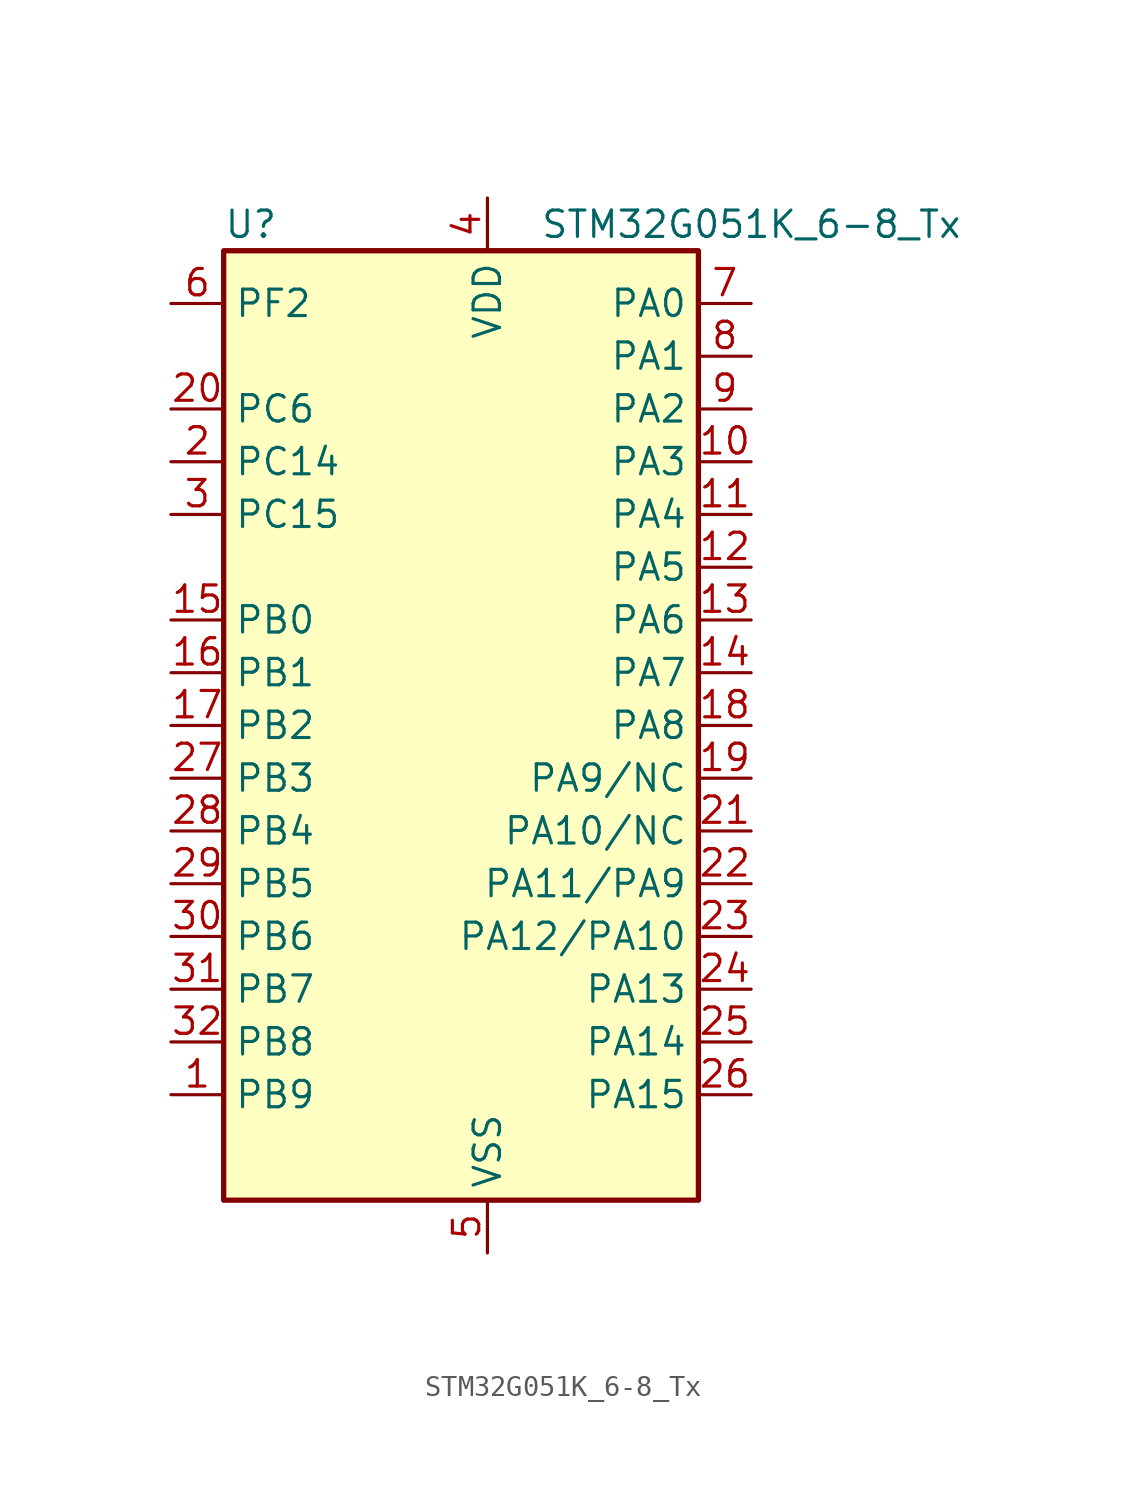
<source format=kicad_sym>
(kicad_symbol_lib
  (version 20231120)
  (generator "kicad_symbol_editor")
  (generator_version "8.0")
  (symbol "STM32G051K_6-8_Tx"
    (property "Reference" "U"
      (at -10.16 24.13 0)
      (effects (font (size 1.27 1.27)) (justify left)))
    (property "Value" "STM32G051K_6-8_Tx"
      (at 5.08 24.13 0)
      (effects (font (size 1.27 1.27)) (justify left)))
    (property "ki_locked" ""
      (at 0 0 0)
      (effects (font (size 1.27 1.27))))
    (symbol "STM32G051K_6-8_Tx_0_1"
      (rectangle (start -10.16 -22.86) (end 12.7 22.86) (stroke (width 0.254) (type default)) (fill (type background))))
    (symbol "STM32G051K_6-8_Tx_1_1"
      (pin bidirectional line (at -12.7 -17.78 0) (length 2.54) (name "PB9" (effects (font (size 1.27 1.27)))) (number "1" (effects (font (size 1.27 1.27)))) (alternate "DAC1_EXTI9" bidirectional line) (alternate "I2C1_SDA" bidirectional line) (alternate "IR_OUT" bidirectional line) (alternate "SPI2_NSS" bidirectional line) (alternate "TIM17_CH1" bidirectional line))
      (pin bidirectional line (at 15.24 12.7 180) (length 2.54) (name "PA3" (effects (font (size 1.27 1.27)))) (number "10" (effects (font (size 1.27 1.27)))) (alternate "ADC1_IN3" bidirectional line) (alternate "COMP2_INP" bidirectional line) (alternate "LPUART1_RX" bidirectional line) (alternate "SPI2_MISO" bidirectional line) (alternate "TIM15_CH2" bidirectional line) (alternate "TIM2_CH4" bidirectional line) (alternate "USART2_RX" bidirectional line))
      (pin bidirectional line (at 15.24 10.16 180) (length 2.54) (name "PA4" (effects (font (size 1.27 1.27)))) (number "11" (effects (font (size 1.27 1.27)))) (alternate "ADC1_IN4" bidirectional line) (alternate "DAC1_OUT1" bidirectional line) (alternate "I2S1_WS" bidirectional line) (alternate "LPTIM2_OUT" bidirectional line) (alternate "RTC_OUT1" bidirectional line) (alternate "RTC_TAMP_IN1" bidirectional line) (alternate "RTC_TS" bidirectional line) (alternate "SPI1_NSS" bidirectional line) (alternate "SPI2_MOSI" bidirectional line) (alternate "SYS_WKUP2" bidirectional line) (alternate "TIM14_CH1" bidirectional line))
      (pin bidirectional line (at 15.24 7.62 180) (length 2.54) (name "PA5" (effects (font (size 1.27 1.27)))) (number "12" (effects (font (size 1.27 1.27)))) (alternate "ADC1_IN5" bidirectional line) (alternate "DAC1_OUT2" bidirectional line) (alternate "I2S1_CK" bidirectional line) (alternate "LPTIM2_ETR" bidirectional line) (alternate "SPI1_SCK" bidirectional line) (alternate "TIM2_CH1" bidirectional line) (alternate "TIM2_ETR" bidirectional line))
      (pin bidirectional line (at 15.24 5.08 180) (length 2.54) (name "PA6" (effects (font (size 1.27 1.27)))) (number "13" (effects (font (size 1.27 1.27)))) (alternate "ADC1_IN6" bidirectional line) (alternate "COMP1_OUT" bidirectional line) (alternate "I2S1_MCK" bidirectional line) (alternate "LPUART1_CTS" bidirectional line) (alternate "SPI1_MISO" bidirectional line) (alternate "TIM16_CH1" bidirectional line) (alternate "TIM1_BK" bidirectional line) (alternate "TIM3_CH1" bidirectional line))
      (pin bidirectional line (at 15.24 2.54 180) (length 2.54) (name "PA7" (effects (font (size 1.27 1.27)))) (number "14" (effects (font (size 1.27 1.27)))) (alternate "ADC1_IN7" bidirectional line) (alternate "COMP2_OUT" bidirectional line) (alternate "I2S1_SD" bidirectional line) (alternate "SPI1_MOSI" bidirectional line) (alternate "TIM14_CH1" bidirectional line) (alternate "TIM17_CH1" bidirectional line) (alternate "TIM1_CH1N" bidirectional line) (alternate "TIM3_CH2" bidirectional line))
      (pin bidirectional line (at -12.7 5.08 0) (length 2.54) (name "PB0" (effects (font (size 1.27 1.27)))) (number "15" (effects (font (size 1.27 1.27)))) (alternate "ADC1_IN8" bidirectional line) (alternate "COMP1_OUT" bidirectional line) (alternate "I2S1_WS" bidirectional line) (alternate "LPTIM1_OUT" bidirectional line) (alternate "SPI1_NSS" bidirectional line) (alternate "TIM1_CH2N" bidirectional line) (alternate "TIM3_CH3" bidirectional line))
      (pin bidirectional line (at -12.7 2.54 0) (length 2.54) (name "PB1" (effects (font (size 1.27 1.27)))) (number "16" (effects (font (size 1.27 1.27)))) (alternate "ADC1_IN9" bidirectional line) (alternate "COMP1_INM" bidirectional line) (alternate "LPTIM2_IN1" bidirectional line) (alternate "LPUART1_DE" bidirectional line) (alternate "LPUART1_RTS" bidirectional line) (alternate "TIM14_CH1" bidirectional line) (alternate "TIM1_CH3N" bidirectional line) (alternate "TIM3_CH4" bidirectional line))
      (pin bidirectional line (at -12.7 0 0) (length 2.54) (name "PB2" (effects (font (size 1.27 1.27)))) (number "17" (effects (font (size 1.27 1.27)))) (alternate "ADC1_IN10" bidirectional line) (alternate "COMP1_INP" bidirectional line) (alternate "LPTIM1_OUT" bidirectional line) (alternate "SPI2_MISO" bidirectional line))
      (pin bidirectional line (at 15.24 0 180) (length 2.54) (name "PA8" (effects (font (size 1.27 1.27)))) (number "18" (effects (font (size 1.27 1.27)))) (alternate "LPTIM2_OUT" bidirectional line) (alternate "RCC_MCO" bidirectional line) (alternate "SPI2_NSS" bidirectional line) (alternate "TIM1_CH1" bidirectional line))
      (pin bidirectional line (at 15.24 -2.54 180) (length 2.54) (name "PA9/NC" (effects (font (size 1.27 1.27)))) (number "19" (effects (font (size 1.27 1.27)))) (alternate "DAC1_EXTI9" bidirectional line) (alternate "I2C1_SCL" bidirectional line) (alternate "RCC_MCO" bidirectional line) (alternate "SPI2_MISO" bidirectional line) (alternate "TIM15_BK" bidirectional line) (alternate "TIM1_CH2" bidirectional line) (alternate "USART1_TX" bidirectional line))
      (pin bidirectional line (at -12.7 12.7 0) (length 2.54) (name "PC14" (effects (font (size 1.27 1.27)))) (number "2" (effects (font (size 1.27 1.27)))) (alternate "RCC_OSC32_IN" bidirectional line) (alternate "RCC_OSC_IN" bidirectional line) (alternate "TIM1_BK2" bidirectional line))
      (pin bidirectional line (at -12.7 15.24 0) (length 2.54) (name "PC6" (effects (font (size 1.27 1.27)))) (number "20" (effects (font (size 1.27 1.27)))) (alternate "TIM2_CH3" bidirectional line) (alternate "TIM3_CH1" bidirectional line))
      (pin bidirectional line (at 15.24 -5.08 180) (length 2.54) (name "PA10/NC" (effects (font (size 1.27 1.27)))) (number "21" (effects (font (size 1.27 1.27)))) (alternate "I2C1_SDA" bidirectional line) (alternate "SPI2_MOSI" bidirectional line) (alternate "TIM17_BK" bidirectional line) (alternate "TIM1_CH3" bidirectional line) (alternate "USART1_RX" bidirectional line))
      (pin bidirectional line (at 15.24 -7.62 180) (length 2.54) (name "PA11/PA9" (effects (font (size 1.27 1.27)))) (number "22" (effects (font (size 1.27 1.27)))) (alternate "ADC1_EXTI11" bidirectional line) (alternate "ADC1_IN15" bidirectional line) (alternate "COMP1_OUT" bidirectional line) (alternate "I2C2_SCL" bidirectional line) (alternate "I2S1_MCK" bidirectional line) (alternate "SPI1_MISO" bidirectional line) (alternate "TIM1_BK2" bidirectional line) (alternate "TIM1_CH4" bidirectional line) (alternate "USART1_CTS" bidirectional line) (alternate "USART1_NSS" bidirectional line))
      (pin bidirectional line (at 15.24 -10.16 180) (length 2.54) (name "PA12/PA10" (effects (font (size 1.27 1.27)))) (number "23" (effects (font (size 1.27 1.27)))) (alternate "ADC1_IN16" bidirectional line) (alternate "COMP2_OUT" bidirectional line) (alternate "I2C2_SDA" bidirectional line) (alternate "I2S1_SD" bidirectional line) (alternate "I2S_CKIN" bidirectional line) (alternate "SPI1_MOSI" bidirectional line) (alternate "TIM1_ETR" bidirectional line) (alternate "USART1_CK" bidirectional line) (alternate "USART1_DE" bidirectional line) (alternate "USART1_RTS" bidirectional line))
      (pin bidirectional line (at 15.24 -12.7 180) (length 2.54) (name "PA13" (effects (font (size 1.27 1.27)))) (number "24" (effects (font (size 1.27 1.27)))) (alternate "ADC1_IN17" bidirectional line) (alternate "IR_OUT" bidirectional line) (alternate "SYS_SWDIO" bidirectional line))
      (pin bidirectional line (at 15.24 -15.24 180) (length 2.54) (name "PA14" (effects (font (size 1.27 1.27)))) (number "25" (effects (font (size 1.27 1.27)))) (alternate "ADC1_IN18" bidirectional line) (alternate "SYS_SWCLK" bidirectional line) (alternate "USART2_TX" bidirectional line))
      (pin bidirectional line (at 15.24 -17.78 180) (length 2.54) (name "PA15" (effects (font (size 1.27 1.27)))) (number "26" (effects (font (size 1.27 1.27)))) (alternate "I2S1_WS" bidirectional line) (alternate "SPI1_NSS" bidirectional line) (alternate "TIM2_CH1" bidirectional line) (alternate "TIM2_ETR" bidirectional line) (alternate "USART2_RX" bidirectional line))
      (pin bidirectional line (at -12.7 -2.54 0) (length 2.54) (name "PB3" (effects (font (size 1.27 1.27)))) (number "27" (effects (font (size 1.27 1.27)))) (alternate "COMP2_INM" bidirectional line) (alternate "I2S1_CK" bidirectional line) (alternate "SPI1_SCK" bidirectional line) (alternate "TIM1_CH2" bidirectional line) (alternate "TIM2_CH2" bidirectional line) (alternate "USART1_CK" bidirectional line) (alternate "USART1_DE" bidirectional line) (alternate "USART1_RTS" bidirectional line))
      (pin bidirectional line (at -12.7 -5.08 0) (length 2.54) (name "PB4" (effects (font (size 1.27 1.27)))) (number "28" (effects (font (size 1.27 1.27)))) (alternate "COMP2_INP" bidirectional line) (alternate "I2S1_MCK" bidirectional line) (alternate "SPI1_MISO" bidirectional line) (alternate "TIM17_BK" bidirectional line) (alternate "TIM3_CH1" bidirectional line) (alternate "USART1_CTS" bidirectional line) (alternate "USART1_NSS" bidirectional line))
      (pin bidirectional line (at -12.7 -7.62 0) (length 2.54) (name "PB5" (effects (font (size 1.27 1.27)))) (number "29" (effects (font (size 1.27 1.27)))) (alternate "COMP2_OUT" bidirectional line) (alternate "I2C1_SMBA" bidirectional line) (alternate "I2S1_SD" bidirectional line) (alternate "LPTIM1_IN1" bidirectional line) (alternate "SPI1_MOSI" bidirectional line) (alternate "SYS_WKUP6" bidirectional line) (alternate "TIM16_BK" bidirectional line) (alternate "TIM3_CH2" bidirectional line))
      (pin bidirectional line (at -12.7 10.16 0) (length 2.54) (name "PC15" (effects (font (size 1.27 1.27)))) (number "3" (effects (font (size 1.27 1.27)))) (alternate "RCC_OSC32_EN" bidirectional line) (alternate "RCC_OSC32_OUT" bidirectional line) (alternate "RCC_OSC_EN" bidirectional line) (alternate "TIM15_BK" bidirectional line))
      (pin bidirectional line (at -12.7 -10.16 0) (length 2.54) (name "PB6" (effects (font (size 1.27 1.27)))) (number "30" (effects (font (size 1.27 1.27)))) (alternate "COMP2_INP" bidirectional line) (alternate "I2C1_SCL" bidirectional line) (alternate "LPTIM1_ETR" bidirectional line) (alternate "SPI2_MISO" bidirectional line) (alternate "TIM16_CH1N" bidirectional line) (alternate "TIM1_CH3" bidirectional line) (alternate "USART1_TX" bidirectional line))
      (pin bidirectional line (at -12.7 -12.7 0) (length 2.54) (name "PB7" (effects (font (size 1.27 1.27)))) (number "31" (effects (font (size 1.27 1.27)))) (alternate "ADC1_IN11" bidirectional line) (alternate "COMP2_INM" bidirectional line) (alternate "I2C1_SDA" bidirectional line) (alternate "LPTIM1_IN2" bidirectional line) (alternate "SPI2_MOSI" bidirectional line) (alternate "SYS_PVD_IN" bidirectional line) (alternate "TIM17_CH1N" bidirectional line) (alternate "USART1_RX" bidirectional line))
      (pin bidirectional line (at -12.7 -15.24 0) (length 2.54) (name "PB8" (effects (font (size 1.27 1.27)))) (number "32" (effects (font (size 1.27 1.27)))) (alternate "I2C1_SCL" bidirectional line) (alternate "SPI2_SCK" bidirectional line) (alternate "TIM15_BK" bidirectional line) (alternate "TIM16_CH1" bidirectional line))
      (pin power_in line (at 2.54 25.4 270) (length 2.54) (name "VDD" (effects (font (size 1.27 1.27)))) (number "4" (effects (font (size 1.27 1.27)))))
      (pin power_in line (at 2.54 -25.4 90) (length 2.54) (name "VSS" (effects (font (size 1.27 1.27)))) (number "5" (effects (font (size 1.27 1.27)))))
      (pin bidirectional line (at -12.7 20.32 0) (length 2.54) (name "PF2" (effects (font (size 1.27 1.27)))) (number "6" (effects (font (size 1.27 1.27)))) (alternate "RCC_MCO" bidirectional line))
      (pin bidirectional line (at 15.24 20.32 180) (length 2.54) (name "PA0" (effects (font (size 1.27 1.27)))) (number "7" (effects (font (size 1.27 1.27)))) (alternate "ADC1_IN0" bidirectional line) (alternate "COMP1_INM" bidirectional line) (alternate "COMP1_OUT" bidirectional line) (alternate "LPTIM1_OUT" bidirectional line) (alternate "RTC_TAMP_IN2" bidirectional line) (alternate "SPI2_SCK" bidirectional line) (alternate "SYS_WKUP1" bidirectional line) (alternate "TIM2_CH1" bidirectional line) (alternate "TIM2_ETR" bidirectional line) (alternate "USART2_CTS" bidirectional line) (alternate "USART2_NSS" bidirectional line))
      (pin bidirectional line (at 15.24 17.78 180) (length 2.54) (name "PA1" (effects (font (size 1.27 1.27)))) (number "8" (effects (font (size 1.27 1.27)))) (alternate "ADC1_IN1" bidirectional line) (alternate "COMP1_INP" bidirectional line) (alternate "I2C1_SMBA" bidirectional line) (alternate "I2S1_CK" bidirectional line) (alternate "SPI1_SCK" bidirectional line) (alternate "TIM15_CH1N" bidirectional line) (alternate "TIM2_CH2" bidirectional line) (alternate "USART2_CK" bidirectional line) (alternate "USART2_DE" bidirectional line) (alternate "USART2_RTS" bidirectional line))
      (pin bidirectional line (at 15.24 15.24 180) (length 2.54) (name "PA2" (effects (font (size 1.27 1.27)))) (number "9" (effects (font (size 1.27 1.27)))) (alternate "ADC1_IN2" bidirectional line) (alternate "COMP2_INM" bidirectional line) (alternate "COMP2_OUT" bidirectional line) (alternate "I2S1_SD" bidirectional line) (alternate "LPUART1_TX" bidirectional line) (alternate "RCC_LSCO" bidirectional line) (alternate "SPI1_MOSI" bidirectional line) (alternate "SYS_WKUP4" bidirectional line) (alternate "TIM15_CH1" bidirectional line) (alternate "TIM2_CH3" bidirectional line) (alternate "USART2_TX" bidirectional line)))))
</source>
